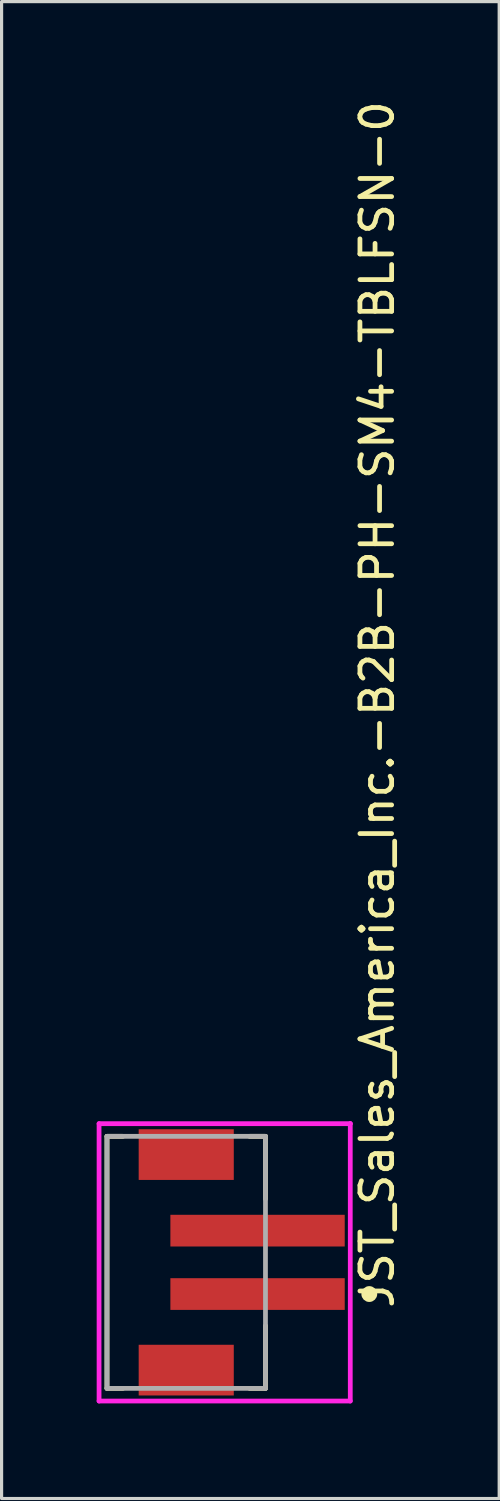
<source format=kicad_pcb>
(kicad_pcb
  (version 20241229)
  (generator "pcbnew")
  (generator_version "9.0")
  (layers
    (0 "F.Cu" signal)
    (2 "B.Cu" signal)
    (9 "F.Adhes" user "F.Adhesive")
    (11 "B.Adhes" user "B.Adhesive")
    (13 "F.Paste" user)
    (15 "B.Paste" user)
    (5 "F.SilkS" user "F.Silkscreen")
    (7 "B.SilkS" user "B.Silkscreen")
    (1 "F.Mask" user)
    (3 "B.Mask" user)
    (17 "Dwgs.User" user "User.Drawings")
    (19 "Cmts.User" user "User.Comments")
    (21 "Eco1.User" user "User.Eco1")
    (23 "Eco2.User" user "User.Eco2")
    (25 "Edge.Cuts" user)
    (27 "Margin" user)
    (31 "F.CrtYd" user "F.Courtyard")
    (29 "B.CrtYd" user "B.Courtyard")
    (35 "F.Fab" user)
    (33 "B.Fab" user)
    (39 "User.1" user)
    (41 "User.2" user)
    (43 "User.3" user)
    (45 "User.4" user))
  (footprint "JST_Sales_America_Inc.-B2B-PH-SM4-TBLFSN-0"
    (layer "F.Cu")
    (at 0.325 36.773)
    (property "Reference" "JST_Sales_America_Inc.-B2B-PH-SM4-TBLFSN-0" (at 8.525 1.525 90) (layer "F.SilkS") (effects (font (size 1 1) (thickness 0.15)) (justify left)))
    (attr through_hole)
    (fp_line (start 0 -3.975) (end 0 3.975) (stroke (width 0.15) (type solid)) (layer "F.SilkS"))
    (fp_line (start 0 -3.975) (end 0.5 -3.975) (stroke (width 0.15) (type solid)) (layer "F.SilkS"))
    (fp_line (start 0 3.975) (end 0.5 3.975) (stroke (width 0.15) (type solid)) (layer "F.SilkS"))
    (fp_line (start 4.5 -3.975) (end 5 -3.975) (stroke (width 0.15) (type solid)) (layer "F.SilkS"))
    (fp_line (start 4.5 3.975) (end 5 3.975) (stroke (width 0.15) (type solid)) (layer "F.SilkS"))
    (fp_line (start 5 -3.975) (end 5 -2) (stroke (width 0.15) (type solid)) (layer "F.SilkS"))
    (fp_line (start 5 3.975) (end 5 2) (stroke (width 0.15) (type solid)) (layer "F.SilkS"))
    (fp_circle (center 8.275 1) (end 8.4 1) (stroke (width 0.25) (type solid)) (fill no) (layer "F.SilkS"))
    (fp_line (start -0.25 -4.375) (end -0.25 4.375) (stroke (width 0.15) (type solid)) (layer "F.CrtYd"))
    (fp_line (start -0.25 4.375) (end 7.675 4.375) (stroke (width 0.15) (type solid)) (layer "F.CrtYd"))
    (fp_line (start 7.675 -4.375) (end -0.25 -4.375) (stroke (width 0.15) (type solid)) (layer "F.CrtYd"))
    (fp_line (start 7.675 -4.375) (end 7.675 -4.375) (stroke (width 0.15) (type solid)) (layer "F.CrtYd"))
    (fp_line (start 7.675 4.375) (end 7.675 -4.375) (stroke (width 0.15) (type solid)) (layer "F.CrtYd"))
    (fp_line (start 0 -3.975) (end 5 -3.975) (stroke (width 0.15) (type solid)) (layer "F.Fab"))
    (fp_line (start 0 3.975) (end 0 -3.975) (stroke (width 0.15) (type solid)) (layer "F.Fab"))
    (fp_line (start 5 -3.975) (end 5 3.975) (stroke (width 0.15) (type solid)) (layer "F.Fab"))
    (fp_line (start 5 3.975) (end 0 3.975) (stroke (width 0.15) (type solid)) (layer "F.Fab"))
    (pad "1" smd rect (at 4.75 1) (size 5.5 1) (layers "F.Cu" "F.Mask" "F.Paste"))
    (pad "2" smd rect (at 4.75 -1) (size 5.5 1) (layers "F.Cu" "F.Mask" "F.Paste"))
    (pad "~" smd rect (at 2.5 -3.4) (size 3 1.6) (layers "F.Cu" "F.Mask" "F.Paste"))
    (pad "~" smd rect (at 2.5 3.4) (size 3 1.6) (layers "F.Cu" "F.Mask" "F.Paste")))
  (gr_rect
    (start -3 -3)
    (end 12.698 44.223)
    (stroke (width 0.1) (type default))
    (fill no)
    (layer "Edge.Cuts")))
</source>
